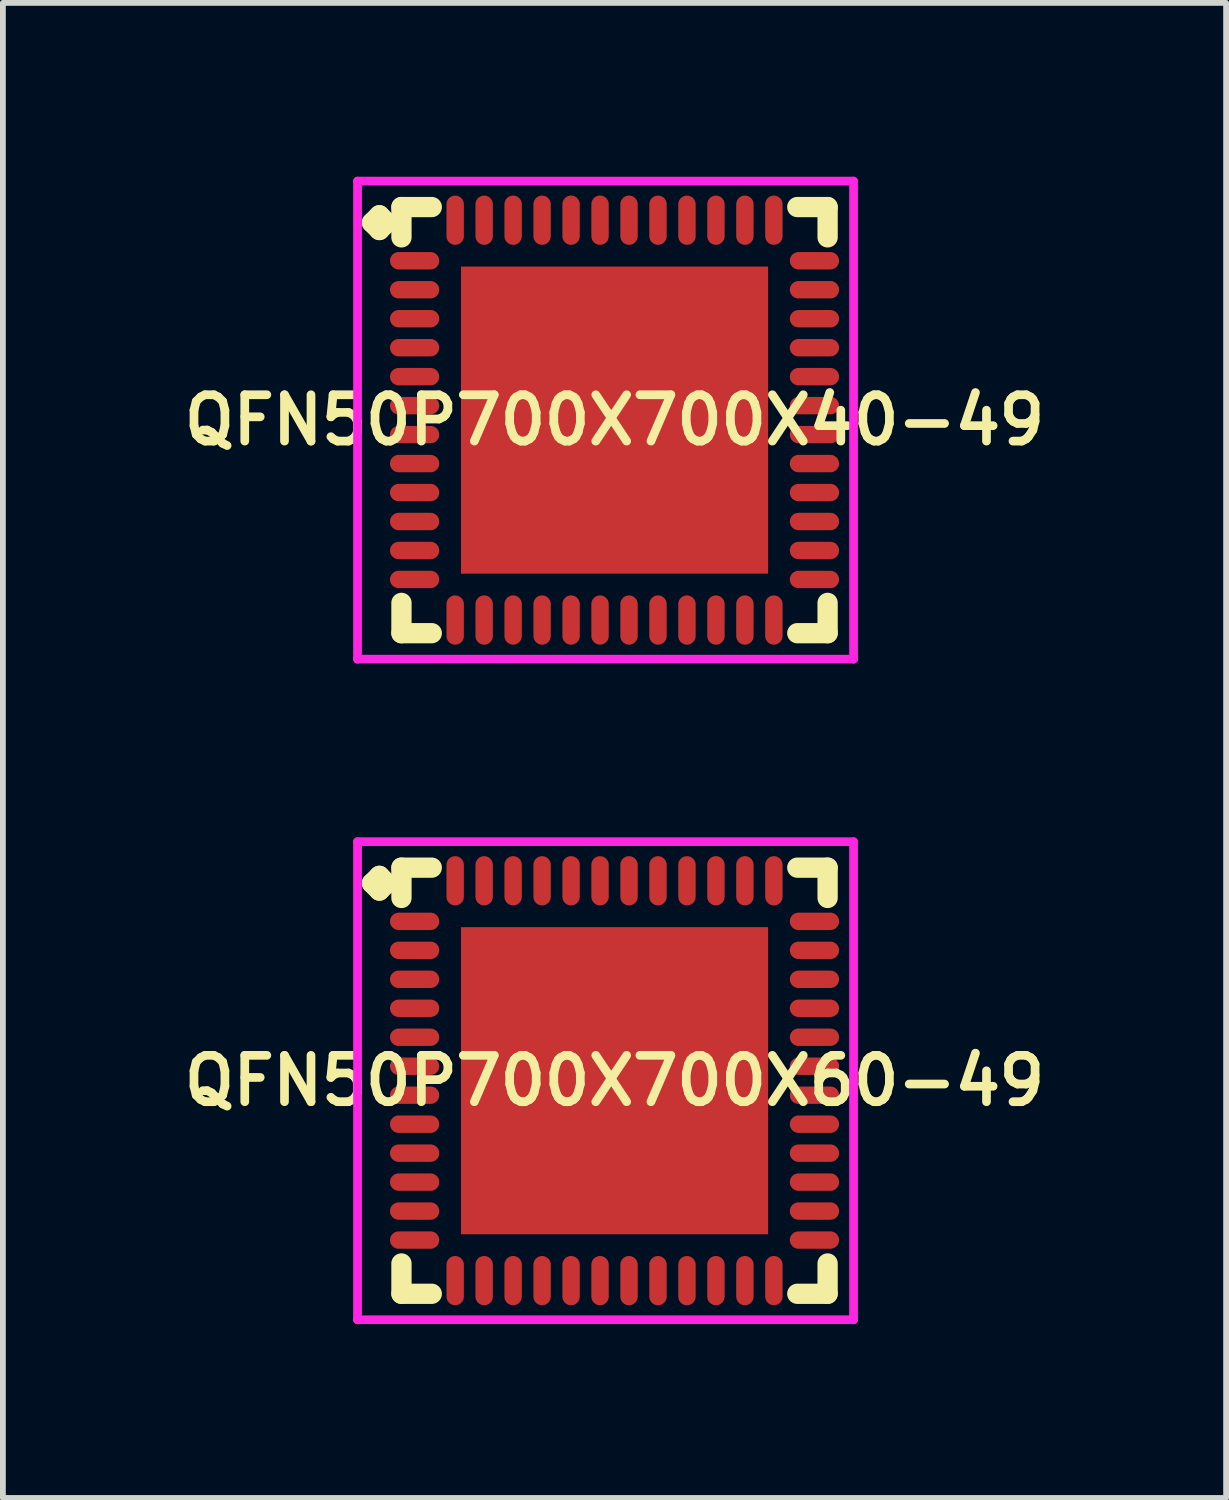
<source format=kicad_pcb>
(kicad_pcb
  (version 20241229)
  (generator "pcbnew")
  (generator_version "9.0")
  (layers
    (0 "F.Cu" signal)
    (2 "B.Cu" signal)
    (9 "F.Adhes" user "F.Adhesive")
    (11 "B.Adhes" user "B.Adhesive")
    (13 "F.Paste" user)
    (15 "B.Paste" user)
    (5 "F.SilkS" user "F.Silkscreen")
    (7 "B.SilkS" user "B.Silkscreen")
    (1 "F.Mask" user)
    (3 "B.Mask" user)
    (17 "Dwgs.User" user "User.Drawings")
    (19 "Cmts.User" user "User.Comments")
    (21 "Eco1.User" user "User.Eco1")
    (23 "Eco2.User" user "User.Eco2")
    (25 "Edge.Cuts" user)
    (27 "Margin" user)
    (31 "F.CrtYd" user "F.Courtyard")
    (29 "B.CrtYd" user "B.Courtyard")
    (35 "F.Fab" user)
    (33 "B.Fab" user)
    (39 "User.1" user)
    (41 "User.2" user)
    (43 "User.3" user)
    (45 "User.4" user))
  (footprint "QFN50P700X700X40-49"
    (layer "F.Cu")
    (at 7.555 4.2)
    (property "Reference" "QFN50P700X700X40-49" (at 0 0 0) (layer "F.SilkS") (effects (font (size 0.8 0.8) (thickness 0.15))))
    (attr through_hole)
    (fp_line (start -4.185 -3.408) (end -4.058 -3.535) (stroke (width 0.35) (type solid)) (layer "F.SilkS"))
    (fp_line (start -4.058 -3.535) (end -3.931 -3.408) (stroke (width 0.35) (type solid)) (layer "F.SilkS"))
    (fp_line (start -4.058 -3.281) (end -4.185 -3.408) (stroke (width 0.35) (type solid)) (layer "F.SilkS"))
    (fp_line (start -3.931 -3.408) (end -4.058 -3.281) (stroke (width 0.35) (type solid)) (layer "F.SilkS"))
    (fp_line (start -3.677 -3.677) (end -3.154 -3.677) (stroke (width 0.35) (type solid)) (layer "F.SilkS"))
    (fp_line (start -3.677 -3.154) (end -3.677 -3.677) (stroke (width 0.35) (type solid)) (layer "F.SilkS"))
    (fp_line (start -3.677 3.154) (end -3.677 3.677) (stroke (width 0.35) (type solid)) (layer "F.SilkS"))
    (fp_line (start -3.677 3.677) (end -3.154 3.677) (stroke (width 0.35) (type solid)) (layer "F.SilkS"))
    (fp_line (start 3.154 -3.677) (end 3.677 -3.677) (stroke (width 0.35) (type solid)) (layer "F.SilkS"))
    (fp_line (start 3.154 3.677) (end 3.677 3.677) (stroke (width 0.35) (type solid)) (layer "F.SilkS"))
    (fp_line (start 3.677 -3.677) (end 3.677 -3.154) (stroke (width 0.35) (type solid)) (layer "F.SilkS"))
    (fp_line (start 3.677 3.677) (end 3.677 3.154) (stroke (width 0.35) (type solid)) (layer "F.SilkS"))
    (fp_line (start -4.435 -4.125) (end 4.125 -4.125) (stroke (width 0.15) (type solid)) (layer "F.CrtYd"))
    (fp_line (start -4.435 4.125) (end -4.435 -4.125) (stroke (width 0.15) (type solid)) (layer "F.CrtYd"))
    (fp_line (start 4.125 -4.125) (end 4.125 4.125) (stroke (width 0.15) (type solid)) (layer "F.CrtYd"))
    (fp_line (start 4.125 4.125) (end -4.435 4.125) (stroke (width 0.15) (type solid)) (layer "F.CrtYd"))
    (pad "1" smd oval (at -3.45 -2.75) (size 0.85 0.3) (layers "F.Cu" "F.Mask" "F.Paste"))
    (pad "2" smd oval (at -3.45 -2.25) (size 0.85 0.3) (layers "F.Cu" "F.Mask" "F.Paste"))
    (pad "3" smd oval (at -3.45 -1.75) (size 0.85 0.3) (layers "F.Cu" "F.Mask" "F.Paste"))
    (pad "4" smd oval (at -3.45 -1.25) (size 0.85 0.3) (layers "F.Cu" "F.Mask" "F.Paste"))
    (pad "5" smd oval (at -3.45 -0.75) (size 0.85 0.3) (layers "F.Cu" "F.Mask" "F.Paste"))
    (pad "6" smd oval (at -3.45 -0.25) (size 0.85 0.3) (layers "F.Cu" "F.Mask" "F.Paste"))
    (pad "7" smd oval (at -3.45 0.25) (size 0.85 0.3) (layers "F.Cu" "F.Mask" "F.Paste"))
    (pad "8" smd oval (at -3.45 0.75) (size 0.85 0.3) (layers "F.Cu" "F.Mask" "F.Paste"))
    (pad "9" smd oval (at -3.45 1.25) (size 0.85 0.3) (layers "F.Cu" "F.Mask" "F.Paste"))
    (pad "10" smd oval (at -3.45 1.75) (size 0.85 0.3) (layers "F.Cu" "F.Mask" "F.Paste"))
    (pad "11" smd oval (at -3.45 2.25) (size 0.85 0.3) (layers "F.Cu" "F.Mask" "F.Paste"))
    (pad "12" smd oval (at -3.45 2.75) (size 0.85 0.3) (layers "F.Cu" "F.Mask" "F.Paste"))
    (pad "13" smd oval (at -2.75 3.45) (size 0.3 0.85) (layers "F.Cu" "F.Mask" "F.Paste"))
    (pad "14" smd oval (at -2.25 3.45) (size 0.3 0.85) (layers "F.Cu" "F.Mask" "F.Paste"))
    (pad "15" smd oval (at -1.75 3.45) (size 0.3 0.85) (layers "F.Cu" "F.Mask" "F.Paste"))
    (pad "16" smd oval (at -1.25 3.45) (size 0.3 0.85) (layers "F.Cu" "F.Mask" "F.Paste"))
    (pad "17" smd oval (at -0.75 3.45) (size 0.3 0.85) (layers "F.Cu" "F.Mask" "F.Paste"))
    (pad "18" smd oval (at -0.25 3.45) (size 0.3 0.85) (layers "F.Cu" "F.Mask" "F.Paste"))
    (pad "19" smd oval (at 0.25 3.45) (size 0.3 0.85) (layers "F.Cu" "F.Mask" "F.Paste"))
    (pad "20" smd oval (at 0.75 3.45) (size 0.3 0.85) (layers "F.Cu" "F.Mask" "F.Paste"))
    (pad "21" smd oval (at 1.25 3.45) (size 0.3 0.85) (layers "F.Cu" "F.Mask" "F.Paste"))
    (pad "22" smd oval (at 1.75 3.45) (size 0.3 0.85) (layers "F.Cu" "F.Mask" "F.Paste"))
    (pad "23" smd oval (at 2.25 3.45) (size 0.3 0.85) (layers "F.Cu" "F.Mask" "F.Paste"))
    (pad "24" smd oval (at 2.75 3.45) (size 0.3 0.85) (layers "F.Cu" "F.Mask" "F.Paste"))
    (pad "25" smd oval (at 3.45 2.75) (size 0.85 0.3) (layers "F.Cu" "F.Mask" "F.Paste"))
    (pad "26" smd oval (at 3.45 2.25) (size 0.85 0.3) (layers "F.Cu" "F.Mask" "F.Paste"))
    (pad "27" smd oval (at 3.45 1.75) (size 0.85 0.3) (layers "F.Cu" "F.Mask" "F.Paste"))
    (pad "28" smd oval (at 3.45 1.25) (size 0.85 0.3) (layers "F.Cu" "F.Mask" "F.Paste"))
    (pad "29" smd oval (at 3.45 0.75) (size 0.85 0.3) (layers "F.Cu" "F.Mask" "F.Paste"))
    (pad "30" smd oval (at 3.45 0.25) (size 0.85 0.3) (layers "F.Cu" "F.Mask" "F.Paste"))
    (pad "31" smd oval (at 3.45 -0.25) (size 0.85 0.3) (layers "F.Cu" "F.Mask" "F.Paste"))
    (pad "32" smd oval (at 3.45 -0.75) (size 0.85 0.3) (layers "F.Cu" "F.Mask" "F.Paste"))
    (pad "33" smd oval (at 3.45 -1.25) (size 0.85 0.3) (layers "F.Cu" "F.Mask" "F.Paste"))
    (pad "34" smd oval (at 3.45 -1.75) (size 0.85 0.3) (layers "F.Cu" "F.Mask" "F.Paste"))
    (pad "35" smd oval (at 3.45 -2.25) (size 0.85 0.3) (layers "F.Cu" "F.Mask" "F.Paste"))
    (pad "36" smd oval (at 3.45 -2.75) (size 0.85 0.3) (layers "F.Cu" "F.Mask" "F.Paste"))
    (pad "37" smd oval (at 2.75 -3.45) (size 0.3 0.85) (layers "F.Cu" "F.Mask" "F.Paste"))
    (pad "38" smd oval (at 2.25 -3.45) (size 0.3 0.85) (layers "F.Cu" "F.Mask" "F.Paste"))
    (pad "39" smd oval (at 1.75 -3.45) (size 0.3 0.85) (layers "F.Cu" "F.Mask" "F.Paste"))
    (pad "40" smd oval (at 1.25 -3.45) (size 0.3 0.85) (layers "F.Cu" "F.Mask" "F.Paste"))
    (pad "41" smd oval (at 0.75 -3.45) (size 0.3 0.85) (layers "F.Cu" "F.Mask" "F.Paste"))
    (pad "42" smd oval (at 0.25 -3.45) (size 0.3 0.85) (layers "F.Cu" "F.Mask" "F.Paste"))
    (pad "43" smd oval (at -0.25 -3.45) (size 0.3 0.85) (layers "F.Cu" "F.Mask" "F.Paste"))
    (pad "44" smd oval (at -0.75 -3.45) (size 0.3 0.85) (layers "F.Cu" "F.Mask" "F.Paste"))
    (pad "45" smd oval (at -1.25 -3.45) (size 0.3 0.85) (layers "F.Cu" "F.Mask" "F.Paste"))
    (pad "46" smd oval (at -1.75 -3.45) (size 0.3 0.85) (layers "F.Cu" "F.Mask" "F.Paste"))
    (pad "47" smd oval (at -2.25 -3.45) (size 0.3 0.85) (layers "F.Cu" "F.Mask" "F.Paste"))
    (pad "48" smd oval (at -2.75 -3.45) (size 0.3 0.85) (layers "F.Cu" "F.Mask" "F.Paste"))
    (pad "49" smd rect (at 0 0) (size 5.3 5.3) (layers "F.Cu" "F.Mask" "F.Paste")))
  (footprint "QFN50P700X700X60-49"
    (layer "F.Cu")
    (at 7.555 15.6)
    (property "Reference" "QFN50P700X700X60-49" (at 0 0 0) (layer "F.SilkS") (effects (font (size 0.8 0.8) (thickness 0.15))))
    (attr smd)
    (fp_line (start -4.185 -3.408) (end -4.058 -3.535) (stroke (width 0.35) (type solid)) (layer "F.SilkS"))
    (fp_line (start -4.058 -3.535) (end -3.931 -3.408) (stroke (width 0.35) (type solid)) (layer "F.SilkS"))
    (fp_line (start -4.058 -3.281) (end -4.185 -3.408) (stroke (width 0.35) (type solid)) (layer "F.SilkS"))
    (fp_line (start -3.931 -3.408) (end -4.058 -3.281) (stroke (width 0.35) (type solid)) (layer "F.SilkS"))
    (fp_line (start -3.677 -3.677) (end -3.154 -3.677) (stroke (width 0.35) (type solid)) (layer "F.SilkS"))
    (fp_line (start -3.677 -3.154) (end -3.677 -3.677) (stroke (width 0.35) (type solid)) (layer "F.SilkS"))
    (fp_line (start -3.677 3.154) (end -3.677 3.677) (stroke (width 0.35) (type solid)) (layer "F.SilkS"))
    (fp_line (start -3.677 3.677) (end -3.154 3.677) (stroke (width 0.35) (type solid)) (layer "F.SilkS"))
    (fp_line (start 3.154 -3.677) (end 3.677 -3.677) (stroke (width 0.35) (type solid)) (layer "F.SilkS"))
    (fp_line (start 3.154 3.677) (end 3.677 3.677) (stroke (width 0.35) (type solid)) (layer "F.SilkS"))
    (fp_line (start 3.677 -3.677) (end 3.677 -3.154) (stroke (width 0.35) (type solid)) (layer "F.SilkS"))
    (fp_line (start 3.677 3.677) (end 3.677 3.154) (stroke (width 0.35) (type solid)) (layer "F.SilkS"))
    (fp_line (start -4.435 -4.125) (end 4.125 -4.125) (stroke (width 0.15) (type solid)) (layer "F.CrtYd"))
    (fp_line (start -4.435 4.125) (end -4.435 -4.125) (stroke (width 0.15) (type solid)) (layer "F.CrtYd"))
    (fp_line (start 4.125 -4.125) (end 4.125 4.125) (stroke (width 0.15) (type solid)) (layer "F.CrtYd"))
    (fp_line (start 4.125 4.125) (end -4.435 4.125) (stroke (width 0.15) (type solid)) (layer "F.CrtYd"))
    (pad "1" smd oval (at -3.45 -2.75) (size 0.85 0.3) (layers "F.Cu" "F.Mask" "F.Paste"))
    (pad "2" smd oval (at -3.45 -2.25) (size 0.85 0.3) (layers "F.Cu" "F.Mask" "F.Paste"))
    (pad "3" smd oval (at -3.45 -1.75) (size 0.85 0.3) (layers "F.Cu" "F.Mask" "F.Paste"))
    (pad "4" smd oval (at -3.45 -1.25) (size 0.85 0.3) (layers "F.Cu" "F.Mask" "F.Paste"))
    (pad "5" smd oval (at -3.45 -0.75) (size 0.85 0.3) (layers "F.Cu" "F.Mask" "F.Paste"))
    (pad "6" smd oval (at -3.45 -0.25) (size 0.85 0.3) (layers "F.Cu" "F.Mask" "F.Paste"))
    (pad "7" smd oval (at -3.45 0.25) (size 0.85 0.3) (layers "F.Cu" "F.Mask" "F.Paste"))
    (pad "8" smd oval (at -3.45 0.75) (size 0.85 0.3) (layers "F.Cu" "F.Mask" "F.Paste"))
    (pad "9" smd oval (at -3.45 1.25) (size 0.85 0.3) (layers "F.Cu" "F.Mask" "F.Paste"))
    (pad "10" smd oval (at -3.45 1.75) (size 0.85 0.3) (layers "F.Cu" "F.Mask" "F.Paste"))
    (pad "11" smd oval (at -3.45 2.25) (size 0.85 0.3) (layers "F.Cu" "F.Mask" "F.Paste"))
    (pad "12" smd oval (at -3.45 2.75) (size 0.85 0.3) (layers "F.Cu" "F.Mask" "F.Paste"))
    (pad "13" smd oval (at -2.75 3.45) (size 0.3 0.85) (layers "F.Cu" "F.Mask" "F.Paste"))
    (pad "14" smd oval (at -2.25 3.45) (size 0.3 0.85) (layers "F.Cu" "F.Mask" "F.Paste"))
    (pad "15" smd oval (at -1.75 3.45) (size 0.3 0.85) (layers "F.Cu" "F.Mask" "F.Paste"))
    (pad "16" smd oval (at -1.25 3.45) (size 0.3 0.85) (layers "F.Cu" "F.Mask" "F.Paste"))
    (pad "17" smd oval (at -0.75 3.45) (size 0.3 0.85) (layers "F.Cu" "F.Mask" "F.Paste"))
    (pad "18" smd oval (at -0.25 3.45) (size 0.3 0.85) (layers "F.Cu" "F.Mask" "F.Paste"))
    (pad "19" smd oval (at 0.25 3.45) (size 0.3 0.85) (layers "F.Cu" "F.Mask" "F.Paste"))
    (pad "20" smd oval (at 0.75 3.45) (size 0.3 0.85) (layers "F.Cu" "F.Mask" "F.Paste"))
    (pad "21" smd oval (at 1.25 3.45) (size 0.3 0.85) (layers "F.Cu" "F.Mask" "F.Paste"))
    (pad "22" smd oval (at 1.75 3.45) (size 0.3 0.85) (layers "F.Cu" "F.Mask" "F.Paste"))
    (pad "23" smd oval (at 2.25 3.45) (size 0.3 0.85) (layers "F.Cu" "F.Mask" "F.Paste"))
    (pad "24" smd oval (at 2.75 3.45) (size 0.3 0.85) (layers "F.Cu" "F.Mask" "F.Paste"))
    (pad "25" smd oval (at 3.45 2.75) (size 0.85 0.3) (layers "F.Cu" "F.Mask" "F.Paste"))
    (pad "26" smd oval (at 3.45 2.25) (size 0.85 0.3) (layers "F.Cu" "F.Mask" "F.Paste"))
    (pad "27" smd oval (at 3.45 1.75) (size 0.85 0.3) (layers "F.Cu" "F.Mask" "F.Paste"))
    (pad "28" smd oval (at 3.45 1.25) (size 0.85 0.3) (layers "F.Cu" "F.Mask" "F.Paste"))
    (pad "29" smd oval (at 3.45 0.75) (size 0.85 0.3) (layers "F.Cu" "F.Mask" "F.Paste"))
    (pad "30" smd oval (at 3.45 0.25) (size 0.85 0.3) (layers "F.Cu" "F.Mask" "F.Paste"))
    (pad "31" smd oval (at 3.45 -0.25) (size 0.85 0.3) (layers "F.Cu" "F.Mask" "F.Paste"))
    (pad "32" smd oval (at 3.45 -0.75) (size 0.85 0.3) (layers "F.Cu" "F.Mask" "F.Paste"))
    (pad "33" smd oval (at 3.45 -1.25) (size 0.85 0.3) (layers "F.Cu" "F.Mask" "F.Paste"))
    (pad "34" smd oval (at 3.45 -1.75) (size 0.85 0.3) (layers "F.Cu" "F.Mask" "F.Paste"))
    (pad "35" smd oval (at 3.45 -2.25) (size 0.85 0.3) (layers "F.Cu" "F.Mask" "F.Paste"))
    (pad "36" smd oval (at 3.45 -2.75) (size 0.85 0.3) (layers "F.Cu" "F.Mask" "F.Paste"))
    (pad "37" smd oval (at 2.75 -3.45) (size 0.3 0.85) (layers "F.Cu" "F.Mask" "F.Paste"))
    (pad "38" smd oval (at 2.25 -3.45) (size 0.3 0.85) (layers "F.Cu" "F.Mask" "F.Paste"))
    (pad "39" smd oval (at 1.75 -3.45) (size 0.3 0.85) (layers "F.Cu" "F.Mask" "F.Paste"))
    (pad "40" smd oval (at 1.25 -3.45) (size 0.3 0.85) (layers "F.Cu" "F.Mask" "F.Paste"))
    (pad "41" smd oval (at 0.75 -3.45) (size 0.3 0.85) (layers "F.Cu" "F.Mask" "F.Paste"))
    (pad "42" smd oval (at 0.25 -3.45) (size 0.3 0.85) (layers "F.Cu" "F.Mask" "F.Paste"))
    (pad "43" smd oval (at -0.25 -3.45) (size 0.3 0.85) (layers "F.Cu" "F.Mask" "F.Paste"))
    (pad "44" smd oval (at -0.75 -3.45) (size 0.3 0.85) (layers "F.Cu" "F.Mask" "F.Paste"))
    (pad "45" smd oval (at -1.25 -3.45) (size 0.3 0.85) (layers "F.Cu" "F.Mask" "F.Paste"))
    (pad "46" smd oval (at -1.75 -3.45) (size 0.3 0.85) (layers "F.Cu" "F.Mask" "F.Paste"))
    (pad "47" smd oval (at -2.25 -3.45) (size 0.3 0.85) (layers "F.Cu" "F.Mask" "F.Paste"))
    (pad "48" smd oval (at -2.75 -3.45) (size 0.3 0.85) (layers "F.Cu" "F.Mask" "F.Paste"))
    (pad "49" smd rect (at 0 0) (size 5.3 5.3) (layers "F.Cu" "F.Mask" "F.Paste")))
  (gr_rect
    (start -3 -3)
    (end 18.109 22.8)
    (stroke (width 0.1) (type default))
    (fill no)
    (layer "Edge.Cuts")))
</source>
